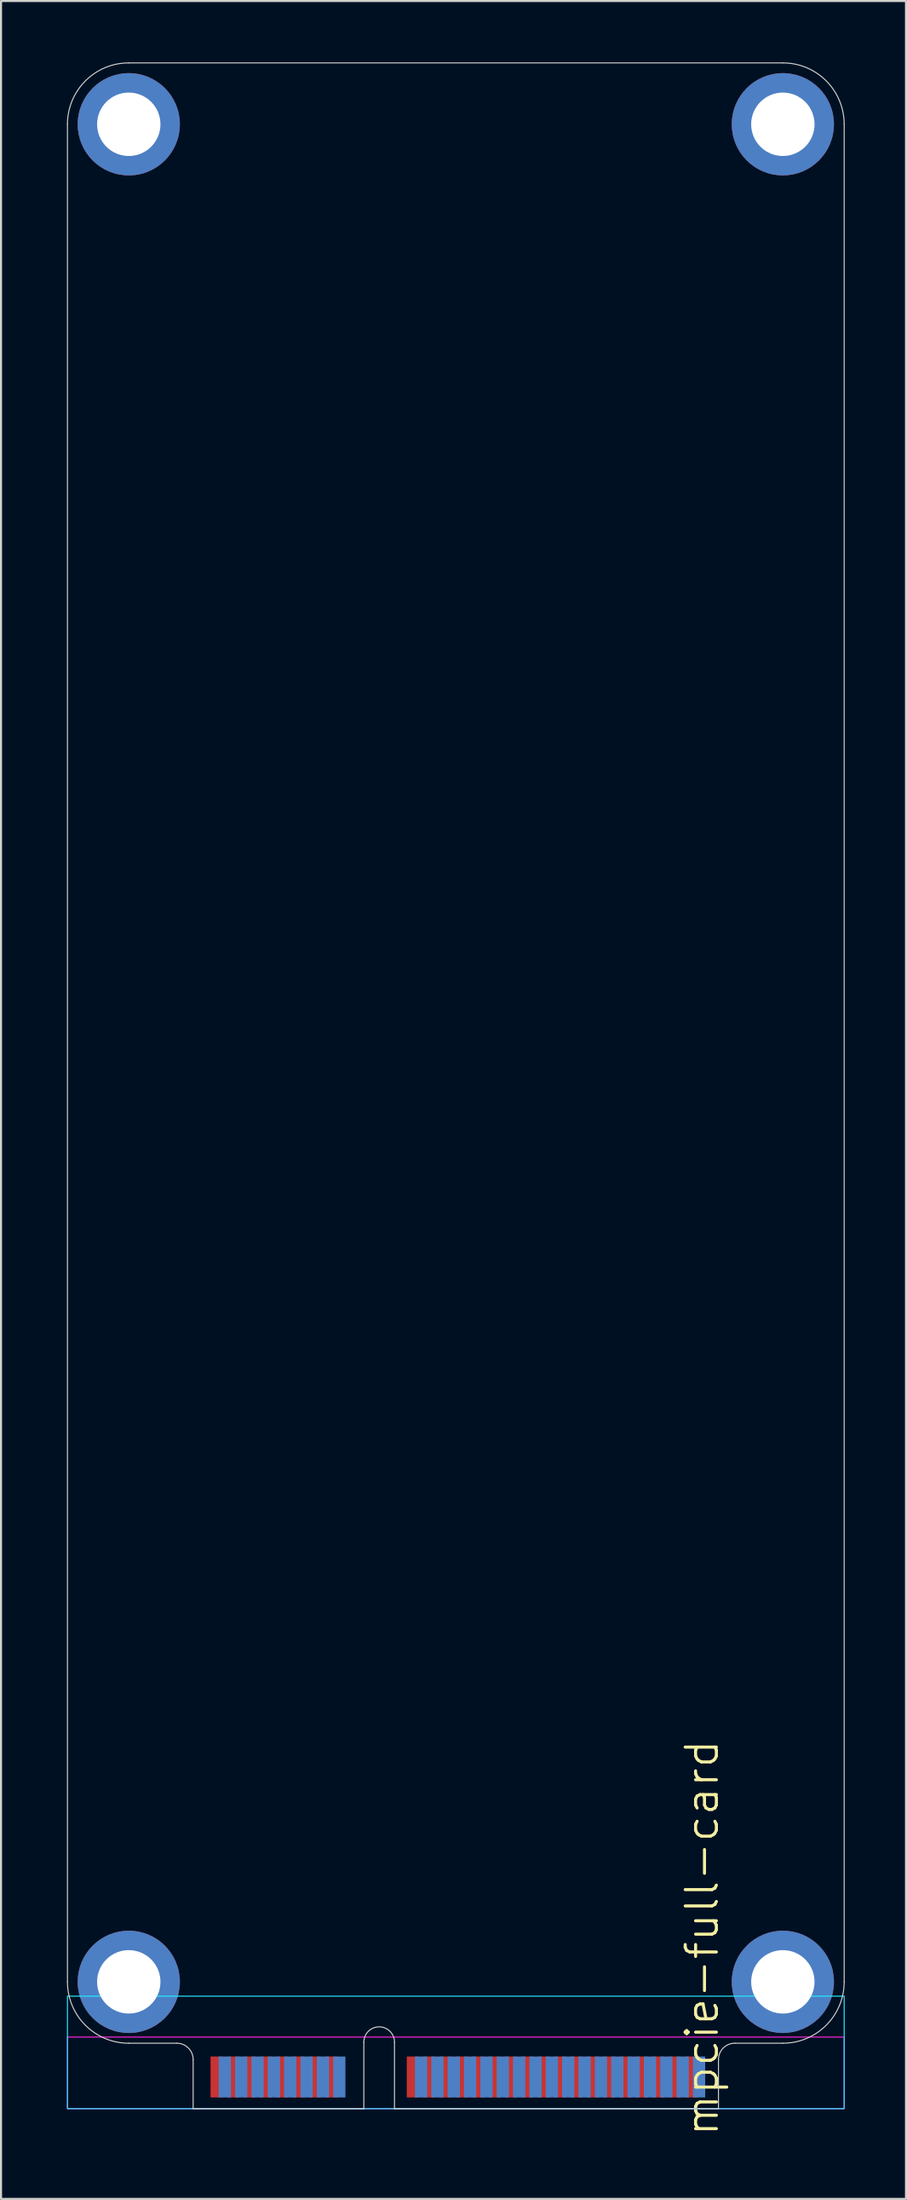
<source format=kicad_pcb>
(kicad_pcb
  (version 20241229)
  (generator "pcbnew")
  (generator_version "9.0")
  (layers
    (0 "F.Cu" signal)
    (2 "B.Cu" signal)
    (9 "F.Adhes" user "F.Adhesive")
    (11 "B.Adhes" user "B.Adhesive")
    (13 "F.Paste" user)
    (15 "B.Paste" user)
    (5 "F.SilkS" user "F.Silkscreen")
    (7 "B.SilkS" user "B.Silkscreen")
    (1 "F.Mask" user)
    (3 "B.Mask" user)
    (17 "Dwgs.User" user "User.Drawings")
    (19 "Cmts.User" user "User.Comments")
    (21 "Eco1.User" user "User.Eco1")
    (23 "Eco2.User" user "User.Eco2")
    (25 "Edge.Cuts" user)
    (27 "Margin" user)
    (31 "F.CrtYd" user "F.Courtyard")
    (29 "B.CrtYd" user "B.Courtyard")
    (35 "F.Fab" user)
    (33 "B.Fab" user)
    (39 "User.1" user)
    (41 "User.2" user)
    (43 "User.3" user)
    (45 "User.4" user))
  (footprint "mpcie-full-card"
    (layer "F.Cu")
    (at 0.25 100.025)
    (property "Reference" "mpcie-full-card" (at 31.05 -8.35 90) (layer "F.SilkS") (effects (font (size 1.524 1.524) (thickness 0.15))))
    (attr through_hole)
    (fp_line (start 15.25 -4.5) (end 15.25 -0.15) (stroke (width 0.01) (type solid)) (layer "Eco1.User"))
    (fp_line (start 19 0) (end 19 -100) (stroke (width 0.01) (type solid)) (layer "Eco1.User"))
    (fp_line (start 38 -50) (end 0 -50) (stroke (width 0.01) (type solid)) (layer "Eco1.User"))
    (fp_line (start 34 -3.2) (end 32.65 -3.2) (stroke (width 0.01) (type solid)) (layer "Eco2.User"))
    (fp_line (start 0 -6.2) (end 0 -97) (stroke (width 0.05) (type default)) (layer "Edge.Cuts"))
    (fp_line (start 5.35 -3.2) (end 3 -3.2) (stroke (width 0.05) (type default)) (layer "Edge.Cuts"))
    (fp_line (start 6.15 0) (end 6.15 -2.4) (stroke (width 0.05) (type solid)) (layer "Edge.Cuts"))
    (fp_line (start 14.5 0) (end 6.15 0) (stroke (width 0.05) (type solid)) (layer "Edge.Cuts"))
    (fp_line (start 14.5 0) (end 14.5 -3.25) (stroke (width 0.05) (type solid)) (layer "Edge.Cuts"))
    (fp_line (start 16 0) (end 16 -3.25) (stroke (width 0.05) (type solid)) (layer "Edge.Cuts"))
    (fp_line (start 16 0) (end 31.85 0) (stroke (width 0.05) (type solid)) (layer "Edge.Cuts"))
    (fp_line (start 31.85 0) (end 31.85 -2.4) (stroke (width 0.05) (type solid)) (layer "Edge.Cuts"))
    (fp_line (start 32.65 -3.2) (end 35 -3.2) (stroke (width 0.05) (type default)) (layer "Edge.Cuts"))
    (fp_line (start 35 -100) (end 3 -100) (stroke (width 0.05) (type default)) (layer "Edge.Cuts"))
    (fp_line (start 38 -6.2) (end 38 -97) (stroke (width 0.05) (type default)) (layer "Edge.Cuts"))
    (fp_arc (start 0 -97) (mid 0.878679 -99.121321) (end 3 -100) (stroke (width 0.05) (type solid)) (layer "Edge.Cuts"))
    (fp_arc (start 3 -3.2) (mid 0.878679 -4.078679) (end 0 -6.2) (stroke (width 0.05) (type solid)) (layer "Edge.Cuts"))
    (fp_arc (start 5.35 -3.2) (mid 5.915686 -2.965686) (end 6.15 -2.4) (stroke (width 0.05) (type solid)) (layer "Edge.Cuts"))
    (fp_arc (start 14.5 -3.25) (mid 15.25 -4) (end 16 -3.25) (stroke (width 0.05) (type solid)) (layer "Edge.Cuts"))
    (fp_arc (start 31.85 -2.4) (mid 32.084315 -2.965685) (end 32.65 -3.2) (stroke (width 0.05) (type solid)) (layer "Edge.Cuts"))
    (fp_arc (start 35 -100) (mid 37.121321 -99.121321) (end 38 -97) (stroke (width 0.05) (type solid)) (layer "Edge.Cuts"))
    (fp_arc (start 38 -6.2) (mid 37.121321 -4.078679) (end 35 -3.2) (stroke (width 0.05) (type solid)) (layer "Edge.Cuts"))
    (fp_rect (start 0 0) (end 38 -5.5) (stroke (width 0.05) (type default)) (fill no) (layer "B.CrtYd"))
    (fp_rect (start 0 0) (end 38 -3.5) (stroke (width 0.05) (type default)) (fill no) (layer "F.CrtYd"))
    (pad "1" thru_hole circle (at 3 -97) (size 5 5) (drill 3.1) (layers "*.Cu" "*.Mask"))
    (pad "1" thru_hole circle (at 3 -6.2) (size 5 5) (drill 3.1) (layers "*.Cu" "*.Mask"))
    (pad "1" smd rect (at 7.3 -1.55) (size 0.6 2) (layers "F.Cu" "F.Mask"))
    (pad "1" thru_hole circle (at 35 -97) (size 5 5) (drill 3.1) (layers "*.Cu" "*.Mask"))
    (pad "1" thru_hole circle (at 35 -6.2) (size 5 5) (drill 3.1) (layers "*.Cu" "*.Mask"))
    (pad "2" smd rect (at 7.7 -1.55) (size 0.6 2) (layers "B.Cu" "B.Mask"))
    (pad "3" smd rect (at 8.1 -1.55) (size 0.6 2) (layers "F.Cu" "F.Mask"))
    (pad "4" smd rect (at 8.5 -1.55) (size 0.6 2) (layers "B.Cu" "B.Mask"))
    (pad "5" smd rect (at 8.9 -1.55) (size 0.6 2) (layers "F.Cu" "F.Mask"))
    (pad "6" smd rect (at 9.3 -1.55) (size 0.6 2) (layers "B.Cu" "B.Mask"))
    (pad "7" smd rect (at 9.7 -1.55) (size 0.6 2) (layers "F.Cu" "F.Mask"))
    (pad "8" smd rect (at 10.1 -1.55) (size 0.6 2) (layers "B.Cu" "B.Mask"))
    (pad "9" smd rect (at 10.5 -1.55) (size 0.6 2) (layers "F.Cu" "F.Mask"))
    (pad "10" smd rect (at 10.9 -1.55) (size 0.6 2) (layers "B.Cu" "B.Mask"))
    (pad "11" smd rect (at 11.3 -1.55) (size 0.6 2) (layers "F.Cu" "F.Mask"))
    (pad "12" smd rect (at 11.7 -1.55) (size 0.6 2) (layers "B.Cu" "B.Mask"))
    (pad "13" smd rect (at 12.1 -1.55) (size 0.6 2) (layers "F.Cu" "F.Mask"))
    (pad "14" smd rect (at 12.5 -1.55) (size 0.6 2) (layers "B.Cu" "B.Mask"))
    (pad "15" smd rect (at 12.9 -1.55) (size 0.6 2) (layers "F.Cu" "F.Mask"))
    (pad "16" smd rect (at 13.3 -1.55) (size 0.6 2) (layers "B.Cu" "B.Mask"))
    (pad "17" smd rect (at 16.9 -1.55) (size 0.6 2) (layers "F.Cu" "F.Mask"))
    (pad "18" smd rect (at 17.3 -1.55) (size 0.6 2) (layers "B.Cu" "B.Mask"))
    (pad "19" smd rect (at 17.7 -1.55) (size 0.6 2) (layers "F.Cu" "F.Mask"))
    (pad "20" smd rect (at 18.1 -1.55) (size 0.6 2) (layers "B.Cu" "B.Mask"))
    (pad "21" smd rect (at 18.5 -1.55) (size 0.6 2) (layers "F.Cu" "F.Mask"))
    (pad "22" smd rect (at 18.9 -1.55) (size 0.6 2) (layers "B.Cu" "B.Mask"))
    (pad "23" smd rect (at 19.3 -1.55) (size 0.6 2) (layers "F.Cu" "F.Mask"))
    (pad "24" smd rect (at 19.7 -1.55) (size 0.6 2) (layers "B.Cu" "B.Mask"))
    (pad "25" smd rect (at 20.1 -1.55) (size 0.6 2) (layers "F.Cu" "F.Mask"))
    (pad "26" smd rect (at 20.5 -1.55) (size 0.6 2) (layers "B.Cu" "B.Mask"))
    (pad "27" smd rect (at 20.9 -1.55) (size 0.6 2) (layers "F.Cu" "F.Mask"))
    (pad "28" smd rect (at 21.3 -1.55) (size 0.6 2) (layers "B.Cu" "B.Mask"))
    (pad "29" smd rect (at 21.7 -1.55) (size 0.6 2) (layers "F.Cu" "F.Mask"))
    (pad "30" smd rect (at 22.1 -1.55) (size 0.6 2) (layers "B.Cu" "B.Mask"))
    (pad "31" smd rect (at 22.5 -1.55) (size 0.6 2) (layers "F.Cu" "F.Mask"))
    (pad "32" smd rect (at 22.9 -1.55) (size 0.6 2) (layers "B.Cu" "B.Mask"))
    (pad "33" smd rect (at 23.3 -1.55) (size 0.6 2) (layers "F.Cu" "F.Mask"))
    (pad "34" smd rect (at 23.7 -1.55) (size 0.6 2) (layers "B.Cu" "B.Mask"))
    (pad "35" smd rect (at 24.1 -1.55) (size 0.6 2) (layers "F.Cu" "F.Mask"))
    (pad "36" smd rect (at 24.5 -1.55) (size 0.6 2) (layers "B.Cu" "B.Mask"))
    (pad "37" smd rect (at 24.9 -1.55) (size 0.6 2) (layers "F.Cu" "F.Mask"))
    (pad "38" smd rect (at 25.3 -1.55) (size 0.6 2) (layers "B.Cu" "B.Mask"))
    (pad "39" smd rect (at 25.7 -1.55) (size 0.6 2) (layers "F.Cu" "F.Mask"))
    (pad "40" smd rect (at 26.1 -1.55) (size 0.6 2) (layers "B.Cu" "B.Mask"))
    (pad "41" smd rect (at 26.5 -1.55) (size 0.6 2) (layers "F.Cu" "F.Mask"))
    (pad "42" smd rect (at 26.9 -1.55) (size 0.6 2) (layers "B.Cu" "B.Mask"))
    (pad "43" smd rect (at 27.3 -1.55) (size 0.6 2) (layers "F.Cu" "F.Mask"))
    (pad "44" smd rect (at 27.7 -1.55) (size 0.6 2) (layers "B.Cu" "B.Mask"))
    (pad "45" smd rect (at 28.1 -1.55) (size 0.6 2) (layers "F.Cu" "F.Mask"))
    (pad "46" smd rect (at 28.5 -1.55) (size 0.6 2) (layers "B.Cu" "B.Mask"))
    (pad "47" smd rect (at 28.9 -1.55) (size 0.6 2) (layers "F.Cu" "F.Mask"))
    (pad "48" smd rect (at 29.3 -1.55) (size 0.6 2) (layers "B.Cu" "B.Mask"))
    (pad "49" smd rect (at 29.7 -1.55) (size 0.6 2) (layers "F.Cu" "F.Mask"))
    (pad "50" smd rect (at 30.1 -1.55) (size 0.6 2) (layers "B.Cu" "B.Mask"))
    (pad "51" smd rect (at 30.5 -1.55) (size 0.6 2) (layers "F.Cu" "F.Mask"))
    (pad "52" smd rect (at 30.9 -1.55) (size 0.6 2) (layers "B.Cu" "B.Mask")))
  (gr_rect
    (start -3 -3)
    (end 41.275 104.436)
    (stroke (width 0.1) (type default))
    (fill no)
    (layer "Edge.Cuts")))
</source>
